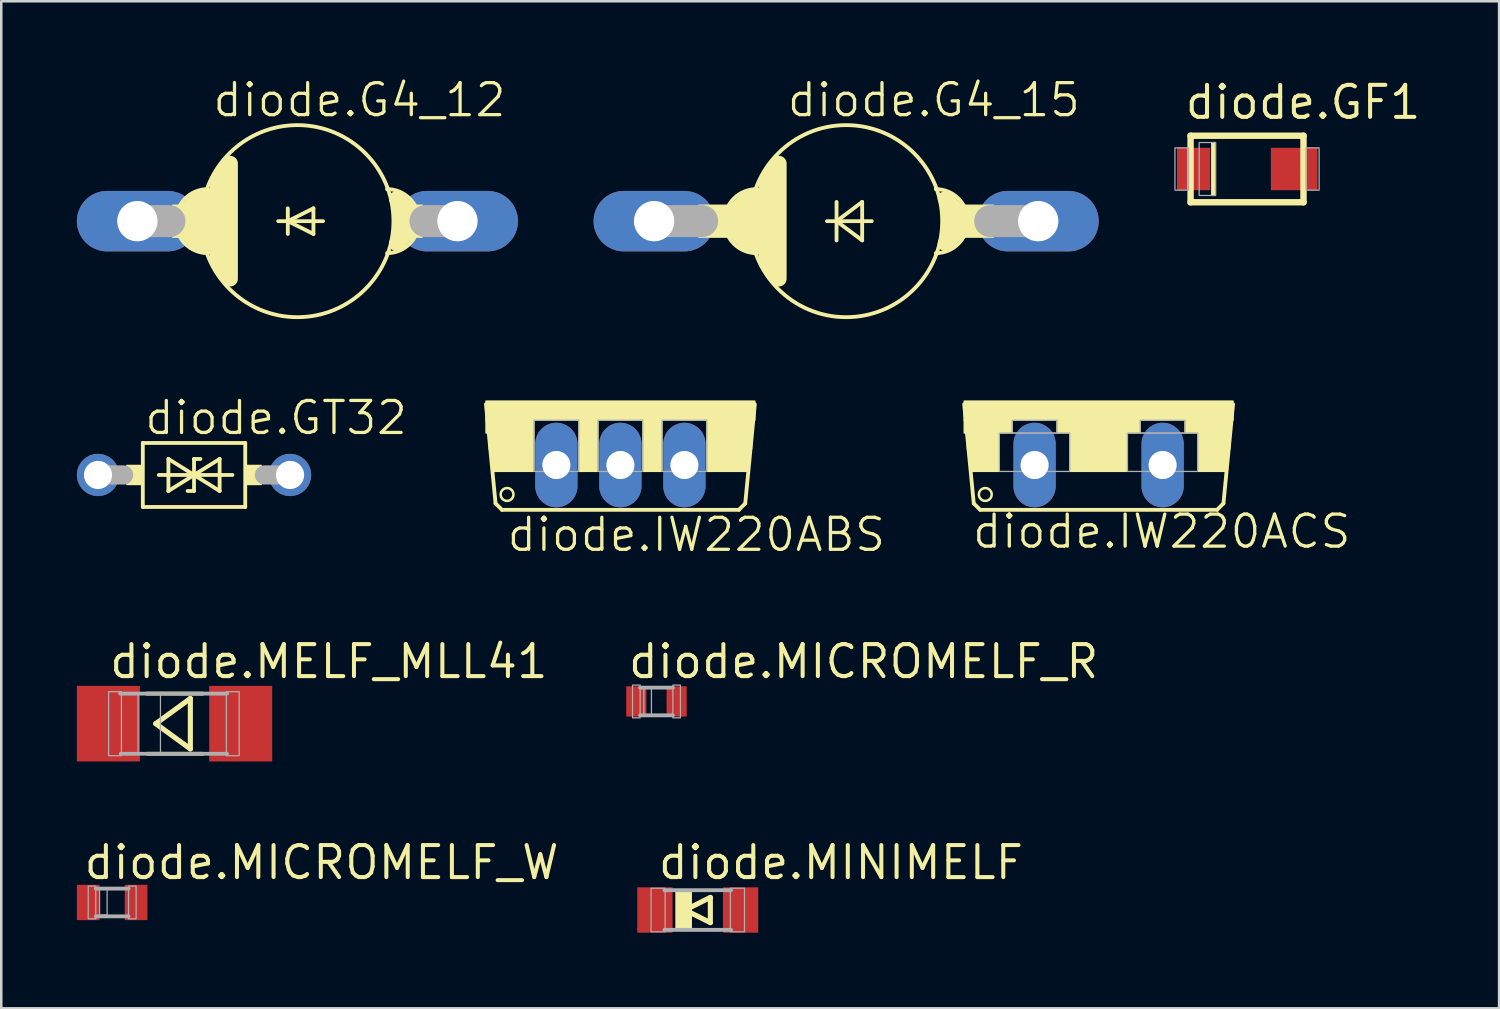
<source format=kicad_pcb>
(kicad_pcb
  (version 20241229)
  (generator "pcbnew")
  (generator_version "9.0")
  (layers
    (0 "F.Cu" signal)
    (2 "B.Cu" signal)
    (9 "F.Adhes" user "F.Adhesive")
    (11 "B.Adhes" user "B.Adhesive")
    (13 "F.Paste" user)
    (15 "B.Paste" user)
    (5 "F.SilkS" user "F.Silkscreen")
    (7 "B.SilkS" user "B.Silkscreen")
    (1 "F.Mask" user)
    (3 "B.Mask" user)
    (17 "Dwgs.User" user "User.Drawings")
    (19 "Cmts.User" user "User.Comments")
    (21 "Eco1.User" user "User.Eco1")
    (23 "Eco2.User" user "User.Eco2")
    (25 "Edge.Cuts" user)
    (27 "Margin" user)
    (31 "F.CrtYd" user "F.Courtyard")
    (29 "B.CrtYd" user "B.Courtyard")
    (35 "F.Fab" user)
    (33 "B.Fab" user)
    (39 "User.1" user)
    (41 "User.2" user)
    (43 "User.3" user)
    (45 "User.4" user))
  (footprint "diode.G4_15"
    (layer "F.Cu")
    (at 30.521 5.724)
    (property "Reference" "diode.G4_15" (at -2.413 -4.064 0) (layer "F.SilkS") (effects (font (size 1.27 1.27) (thickness 0.13)) (justify left bottom)))
    (attr through_hole)
    (fp_line (start -4.318 -0.508) (end -3.937 -0.889) (stroke (width 0.61) (type default)) (layer "F.SilkS"))
    (fp_line (start -4.318 0.508) (end -3.937 0.889) (stroke (width 0.61) (type default)) (layer "F.SilkS"))
    (fp_line (start -3.556 -1.016) (end -3.556 1.016) (stroke (width 0.61) (type default)) (layer "F.SilkS"))
    (fp_line (start -3.175 -1.524) (end -3.175 1.524) (stroke (width 0.61) (type default)) (layer "F.SilkS"))
    (fp_line (start -3.175 1.524) (end -2.921 2.032) (stroke (width 0.61) (type default)) (layer "F.SilkS"))
    (fp_line (start -2.921 -2.032) (end -3.175 -1.524) (stroke (width 0.61) (type default)) (layer "F.SilkS"))
    (fp_line (start -2.667 2.286) (end -2.667 -2.286) (stroke (width 0.61) (type default)) (layer "F.SilkS"))
    (fp_line (start -0.762 0) (end -0.381 0) (stroke (width 0.152) (type default)) (layer "F.SilkS"))
    (fp_line (start -0.381 -0.762) (end -0.381 0) (stroke (width 0.152) (type default)) (layer "F.SilkS"))
    (fp_line (start -0.381 0) (end -0.381 0.762) (stroke (width 0.152) (type default)) (layer "F.SilkS"))
    (fp_line (start -0.381 0) (end 0.635 -0.762) (stroke (width 0.152) (type default)) (layer "F.SilkS"))
    (fp_line (start -0.381 0) (end 1.016 0) (stroke (width 0.152) (type default)) (layer "F.SilkS"))
    (fp_line (start 0.635 -0.762) (end 0.635 0.762) (stroke (width 0.152) (type default)) (layer "F.SilkS"))
    (fp_line (start 0.635 0.762) (end -0.381 0) (stroke (width 0.152) (type default)) (layer "F.SilkS"))
    (fp_line (start 3.937 -0.889) (end 4.318 -0.508) (stroke (width 0.61) (type default)) (layer "F.SilkS"))
    (fp_line (start 4.318 0.508) (end 3.937 0.889) (stroke (width 0.61) (type default)) (layer "F.SilkS"))
    (fp_rect (start -5.842 0.635) (end -3.81 -0.635) (stroke (width 0.05) (type default)) (fill yes) (layer "F.SilkS"))
    (fp_rect (start 3.81 0.635) (end 5.842 -0.635) (stroke (width 0.05) (type default)) (fill yes) (layer "F.SilkS"))
    (fp_arc (start -3.556 1.27) (mid -4.826 0) (end -3.556 -1.27) (stroke (width 0.1524) (type default)) (layer "F.SilkS"))
    (fp_arc (start 3.556 -1.27) (mid 4.826 0) (end 3.556 1.27) (stroke (width 0.1524) (type default)) (layer "F.SilkS"))
    (fp_circle (center 0 0) (end 3.81 0) (stroke (width 0.152) (type default)) (fill no) (layer "F.SilkS"))
    (fp_line (start -7.62 0) (end -5.715 0) (stroke (width 1.27) (type default)) (layer "F.Fab"))
    (fp_line (start 7.62 0) (end 5.715 0) (stroke (width 1.27) (type default)) (layer "F.Fab"))
    (pad "A" thru_hole oval (at 7.62 0) (size 4.801 2.4) (drill 1.6) (layers "*.Cu" "*.Mask"))
    (pad "C" thru_hole oval (at -7.62 0) (size 4.801 2.4) (drill 1.6) (layers "*.Cu" "*.Mask")))
  (footprint "diode.GF1"
    (layer "F.Cu")
    (at 46.426 3.655)
    (property "Reference" "diode.GF1" (at -2.54 -1.905 0) (layer "F.SilkS") (effects (font (size 1.27 1.27) (thickness 0.16)) (justify left bottom)))
    (attr smd)
    (fp_line (start -2.24 -1.32) (end 2.24 -1.32) (stroke (width 0.254) (type default)) (layer "F.SilkS"))
    (fp_line (start -2.24 1.32) (end -2.24 -1.32) (stroke (width 0.254) (type default)) (layer "F.SilkS"))
    (fp_line (start 2.24 -1.32) (end 2.24 1.32) (stroke (width 0.254) (type default)) (layer "F.SilkS"))
    (fp_line (start 2.24 1.32) (end -2.24 1.32) (stroke (width 0.254) (type default)) (layer "F.SilkS"))
    (fp_rect (start -1.4 1.05) (end -1.25 -1.05) (stroke (width 0.05) (type default)) (fill yes) (layer "F.SilkS"))
    (fp_rect (start -2.86 0.84) (end -2.32 -0.84) (stroke (width 0.05) (type default)) (fill no) (layer "F.Fab"))
    (fp_rect (start -1.9 1.05) (end -1.25 -1.05) (stroke (width 0.05) (type default)) (fill no) (layer "F.Fab"))
    (fp_rect (start 2.34 0.84) (end 2.86 -0.84) (stroke (width 0.05) (type default)) (fill no) (layer "F.Fab"))
    (pad "A" smd roundrect (at 1.87 0) (size 1.85 1.68) (layers "F.Cu" "F.Mask" "F.Paste") (roundrect_rratio 0.01))
    (pad "C" smd roundrect (at -2.12 0) (size 1.32 1.68) (layers "F.Cu" "F.Mask" "F.Paste") (roundrect_rratio 0.01)))
  (footprint "diode.MELF_MLL41"
    (layer "F.Cu")
    (at 3.875 25.662)
    (property "Reference" "diode.MELF_MLL41" (at -2.663 -1.724 0) (layer "F.SilkS") (effects (font (size 1.27 1.27) (thickness 0.16)) (justify left bottom)))
    (attr smd)
    (fp_line (start -0.746 0) (end 0.627 1) (stroke (width 0.203) (type default)) (layer "F.SilkS"))
    (fp_line (start 0.627 -1) (end -0.746 0) (stroke (width 0.203) (type default)) (layer "F.SilkS"))
    (fp_line (start 0.627 1) (end 0.627 -1) (stroke (width 0.203) (type default)) (layer "F.SilkS"))
    (fp_line (start 1.121 -1.194) (end -1.097 -1.194) (stroke (width 0.152) (type default)) (layer "F.SilkS"))
    (fp_line (start 1.121 1.194) (end -1.072 1.194) (stroke (width 0.152) (type default)) (layer "F.SilkS"))
    (fp_line (start 2.083 -1.194) (end -2.159 -1.194) (stroke (width 0.152) (type default)) (layer "F.Fab"))
    (fp_line (start 2.083 1.194) (end -2.134 1.194) (stroke (width 0.152) (type default)) (layer "F.Fab"))
    (fp_rect (start -2.616 1.27) (end -2.108 -1.27) (stroke (width 0.05) (type default)) (fill no) (layer "F.Fab"))
    (fp_rect (start -1.448 1.194) (end -0.559 -1.194) (stroke (width 0.05) (type default)) (fill no) (layer "F.Fab"))
    (fp_rect (start 2.057 1.27) (end 2.565 -1.27) (stroke (width 0.05) (type default)) (fill no) (layer "F.Fab"))
    (pad "A" smd roundrect (at 2.625 0) (size 2.5 3) (layers "F.Cu" "F.Mask" "F.Paste") (roundrect_rratio 0.01))
    (pad "C" smd roundrect (at -2.625 0) (size 2.5 3) (layers "F.Cu" "F.Mask" "F.Paste") (roundrect_rratio 0.01)))
  (footprint "diode.G4_12"
    (layer "F.Cu")
    (at 8.75 5.724)
    (property "Reference" "diode.G4_12" (at -3.429 -4.064 0) (layer "F.SilkS") (effects (font (size 1.27 1.27) (thickness 0.13)) (justify left bottom)))
    (attr through_hole)
    (fp_line (start -4.318 -0.508) (end -3.937 -0.889) (stroke (width 0.61) (type default)) (layer "F.SilkS"))
    (fp_line (start -4.318 0.508) (end -3.937 0.889) (stroke (width 0.61) (type default)) (layer "F.SilkS"))
    (fp_line (start -3.556 -1.016) (end -3.556 1.016) (stroke (width 0.61) (type default)) (layer "F.SilkS"))
    (fp_line (start -3.175 -1.524) (end -3.175 1.524) (stroke (width 0.61) (type default)) (layer "F.SilkS"))
    (fp_line (start -3.175 1.524) (end -2.921 2.032) (stroke (width 0.61) (type default)) (layer "F.SilkS"))
    (fp_line (start -2.921 -2.032) (end -3.175 -1.524) (stroke (width 0.61) (type default)) (layer "F.SilkS"))
    (fp_line (start -2.667 2.286) (end -2.667 -2.286) (stroke (width 0.61) (type default)) (layer "F.SilkS"))
    (fp_line (start -0.762 0) (end -0.381 0) (stroke (width 0.152) (type default)) (layer "F.SilkS"))
    (fp_line (start -0.381 -0.508) (end -0.381 0) (stroke (width 0.152) (type default)) (layer "F.SilkS"))
    (fp_line (start -0.381 0) (end -0.381 0.508) (stroke (width 0.152) (type default)) (layer "F.SilkS"))
    (fp_line (start -0.381 0) (end 0.635 -0.508) (stroke (width 0.152) (type default)) (layer "F.SilkS"))
    (fp_line (start -0.381 0) (end 1.016 0) (stroke (width 0.152) (type default)) (layer "F.SilkS"))
    (fp_line (start 0.635 -0.508) (end 0.635 0.508) (stroke (width 0.152) (type default)) (layer "F.SilkS"))
    (fp_line (start 0.635 0.508) (end -0.381 0) (stroke (width 0.152) (type default)) (layer "F.SilkS"))
    (fp_line (start 3.937 -0.889) (end 4.318 -0.508) (stroke (width 0.61) (type default)) (layer "F.SilkS"))
    (fp_line (start 4.318 0.508) (end 3.937 0.889) (stroke (width 0.61) (type default)) (layer "F.SilkS"))
    (fp_rect (start -4.953 0.635) (end -3.81 -0.635) (stroke (width 0.05) (type default)) (fill yes) (layer "F.SilkS"))
    (fp_rect (start 3.81 0.635) (end 4.953 -0.635) (stroke (width 0.05) (type default)) (fill yes) (layer "F.SilkS"))
    (fp_arc (start -3.556 1.27) (mid -4.826 0) (end -3.556 -1.27) (stroke (width 0.1524) (type default)) (layer "F.SilkS"))
    (fp_arc (start 3.556 -1.27) (mid 4.826 0) (end 3.556 1.27) (stroke (width 0.1524) (type default)) (layer "F.SilkS"))
    (fp_circle (center 0 0) (end 3.81 0) (stroke (width 0.152) (type default)) (fill no) (layer "F.SilkS"))
    (fp_line (start -6.35 0) (end -5.08 0) (stroke (width 1.27) (type default)) (layer "F.Fab"))
    (fp_line (start 6.35 0) (end 5.08 0) (stroke (width 1.27) (type default)) (layer "F.Fab"))
    (pad "A" thru_hole oval (at 6.35 0) (size 4.801 2.4) (drill 1.6) (layers "*.Cu" "*.Mask"))
    (pad "C" thru_hole oval (at -6.35 0) (size 4.801 2.4) (drill 1.6) (layers "*.Cu" "*.Mask")))
  (footprint "diode.MICROMELF_W"
    (layer "F.Cu")
    (at 1.4 32.755)
    (property "Reference" "diode.MICROMELF_W" (at -1.201 -0.843 0) (layer "F.SilkS") (effects (font (size 1.27 1.27) (thickness 0.16)) (justify left bottom)))
    (attr smd)
    (fp_line (start -0.65 -0.55) (end 0.65 -0.55) (stroke (width 0.152) (type default)) (layer "F.Fab"))
    (fp_line (start -0.65 0.55) (end 0.65 0.55) (stroke (width 0.152) (type default)) (layer "F.Fab"))
    (fp_rect (start -0.95 0.65) (end -0.65 -0.65) (stroke (width 0.05) (type default)) (fill no) (layer "F.Fab"))
    (fp_rect (start -0.5 0.5) (end -0.2 -0.55) (stroke (width 0.05) (type default)) (fill no) (layer "F.Fab"))
    (fp_rect (start 0.65 0.65) (end 0.95 -0.65) (stroke (width 0.05) (type default)) (fill no) (layer "F.Fab"))
    (pad "A" smd roundrect (at 0.95 0) (size 0.9 1.4) (layers "F.Cu" "F.Mask" "F.Paste") (roundrect_rratio 0.01))
    (pad "C" smd roundrect (at -0.95 0) (size 0.9 1.4) (layers "F.Cu" "F.Mask" "F.Paste") (roundrect_rratio 0.01)))
  (footprint "diode.MICROMELF_R"
    (layer "F.Cu")
    (at 22.996 24.781)
    (property "Reference" "diode.MICROMELF_R" (at -1.201 -0.843 0) (layer "F.SilkS") (effects (font (size 1.27 1.27) (thickness 0.16)) (justify left bottom)))
    (attr smd)
    (fp_line (start -0.65 -0.55) (end 0.65 -0.55) (stroke (width 0.152) (type default)) (layer "F.Fab"))
    (fp_line (start -0.65 0.55) (end 0.65 0.55) (stroke (width 0.152) (type default)) (layer "F.Fab"))
    (fp_rect (start -0.95 0.65) (end -0.65 -0.65) (stroke (width 0.05) (type default)) (fill no) (layer "F.Fab"))
    (fp_rect (start -0.5 0.55) (end -0.2 -0.55) (stroke (width 0.05) (type default)) (fill no) (layer "F.Fab"))
    (fp_rect (start 0.65 0.65) (end 0.95 -0.65) (stroke (width 0.05) (type default)) (fill no) (layer "F.Fab"))
    (pad "A" smd roundrect (at 0.8 0) (size 0.8 1.2) (layers "F.Cu" "F.Mask" "F.Paste") (roundrect_rratio 0.01))
    (pad "C" smd roundrect (at -0.8 0) (size 0.8 1.2) (layers "F.Cu" "F.Mask" "F.Paste") (roundrect_rratio 0.01)))
  (footprint "diode.MINIMELF"
    (layer "F.Cu")
    (at 24.633 33.055)
    (property "Reference" "diode.MINIMELF" (at -1.651 -1.143 0) (layer "F.SilkS") (effects (font (size 1.27 1.27) (thickness 0.16)) (justify left bottom)))
    (attr smd)
    (fp_line (start -0.5 0) (end 0.5 0.5) (stroke (width 0.203) (type default)) (layer "F.SilkS"))
    (fp_line (start 0.5 -0.5) (end -0.5 0) (stroke (width 0.203) (type default)) (layer "F.SilkS"))
    (fp_line (start 0.5 0.5) (end 0.5 -0.5) (stroke (width 0.203) (type default)) (layer "F.SilkS"))
    (fp_rect (start -0.864 0.787) (end -0.254 -0.787) (stroke (width 0.05) (type default)) (fill yes) (layer "F.SilkS"))
    (fp_line (start 1.321 -0.787) (end -1.321 -0.787) (stroke (width 0.152) (type default)) (layer "F.Fab"))
    (fp_line (start 1.321 0.787) (end -1.321 0.787) (stroke (width 0.152) (type default)) (layer "F.Fab"))
    (fp_rect (start -1.854 0.864) (end -1.295 -0.864) (stroke (width 0.05) (type default)) (fill no) (layer "F.Fab"))
    (fp_rect (start 1.295 0.864) (end 1.854 -0.864) (stroke (width 0.05) (type default)) (fill no) (layer "F.Fab"))
    (pad "A" smd roundrect (at 1.7 0) (size 1.4 1.8) (layers "F.Cu" "F.Mask" "F.Paste") (roundrect_rratio 0.01))
    (pad "C" smd roundrect (at -1.7 0) (size 1.4 1.8) (layers "F.Cu" "F.Mask" "F.Paste") (roundrect_rratio 0.01)))
  (footprint "diode.IW220ABS"
    (layer "F.Cu")
    (at 21.564 12.86)
    (property "Reference" "diode.IW220ABS" (at -4.572 6.045 0) (layer "F.SilkS") (effects (font (size 1.27 1.27) (thickness 0.13)) (justify left bottom)))
    (attr through_hole)
    (fp_line (start -4.953 4.064) (end -5.334 0.127) (stroke (width 0.152) (type default)) (layer "F.SilkS"))
    (fp_line (start -4.953 4.064) (end -4.699 4.318) (stroke (width 0.152) (type default)) (layer "F.SilkS"))
    (fp_line (start 4.699 4.318) (end -4.699 4.318) (stroke (width 0.152) (type default)) (layer "F.SilkS"))
    (fp_line (start 4.699 4.318) (end 4.953 4.064) (stroke (width 0.152) (type default)) (layer "F.SilkS"))
    (fp_line (start 5.334 0.127) (end 4.953 4.064) (stroke (width 0.152) (type default)) (layer "F.SilkS"))
    (fp_rect (start -5.334 0.762) (end 5.334 0) (stroke (width 0.05) (type default)) (fill yes) (layer "F.SilkS"))
    (fp_rect (start -5.334 1.27) (end -3.429 0.762) (stroke (width 0.05) (type default)) (fill yes) (layer "F.SilkS"))
    (fp_rect (start -5.207 1.905) (end -5.08 1.27) (stroke (width 0.05) (type default)) (fill yes) (layer "F.SilkS"))
    (fp_rect (start -5.08 2.794) (end -3.429 1.27) (stroke (width 0.05) (type default)) (fill yes) (layer "F.SilkS"))
    (fp_rect (start -1.651 2.794) (end -0.889 0.762) (stroke (width 0.05) (type default)) (fill yes) (layer "F.SilkS"))
    (fp_rect (start 0.889 2.794) (end 1.651 0.762) (stroke (width 0.05) (type default)) (fill yes) (layer "F.SilkS"))
    (fp_rect (start 3.429 1.27) (end 5.207 0.762) (stroke (width 0.05) (type default)) (fill yes) (layer "F.SilkS"))
    (fp_rect (start 3.429 2.794) (end 5.08 1.27) (stroke (width 0.05) (type default)) (fill yes) (layer "F.SilkS"))
    (fp_rect (start 5.08 1.905) (end 5.207 1.27) (stroke (width 0.05) (type default)) (fill yes) (layer "F.SilkS"))
    (fp_circle (center -4.496 3.708) (end -4.242 3.708) (stroke (width 0.1) (type default)) (fill no) (layer "F.SilkS"))
    (fp_rect (start -3.429 2.794) (end -1.651 0.762) (stroke (width 0.05) (type default)) (fill no) (layer "F.Fab"))
    (fp_rect (start -0.889 2.794) (end 0.889 0.762) (stroke (width 0.05) (type default)) (fill no) (layer "F.Fab"))
    (fp_rect (start 1.651 2.794) (end 3.429 0.762) (stroke (width 0.05) (type default)) (fill no) (layer "F.Fab"))
    (pad "A1" thru_hole oval (at -2.54 2.54 90) (size 3.353 1.676) (drill 1.118) (layers "*.Cu" "*.Mask"))
    (pad "A2" thru_hole oval (at 2.54 2.54 90) (size 3.353 1.676) (drill 1.118) (layers "*.Cu" "*.Mask"))
    (pad "C" thru_hole oval (at 0 2.54 90) (size 3.353 1.676) (drill 1.118) (layers "*.Cu" "*.Mask")))
  (footprint "diode.GT32"
    (layer "F.Cu")
    (at 4.648 15.794)
    (property "Reference" "diode.GT32" (at -2.032 -1.524 0) (layer "F.SilkS") (effects (font (size 1.27 1.27) (thickness 0.13)) (justify left bottom)))
    (attr through_hole)
    (fp_line (start -2.032 -1.27) (end -2.032 1.27) (stroke (width 0.152) (type default)) (layer "F.SilkS"))
    (fp_line (start -2.032 -1.27) (end 2.032 -1.27) (stroke (width 0.152) (type default)) (layer "F.SilkS"))
    (fp_line (start -1.016 -0.635) (end 0 0) (stroke (width 0.152) (type default)) (layer "F.SilkS"))
    (fp_line (start -1.016 0.635) (end -1.016 -0.635) (stroke (width 0.152) (type default)) (layer "F.SilkS"))
    (fp_line (start -0.254 0.635) (end 0 0.635) (stroke (width 0.152) (type default)) (layer "F.SilkS"))
    (fp_line (start 0 -0.635) (end 0 0) (stroke (width 0.152) (type default)) (layer "F.SilkS"))
    (fp_line (start 0 0) (end -1.397 0) (stroke (width 0.152) (type default)) (layer "F.SilkS"))
    (fp_line (start 0 0) (end -1.016 0.635) (stroke (width 0.152) (type default)) (layer "F.SilkS"))
    (fp_line (start 0 0) (end 1.016 -0.635) (stroke (width 0.152) (type default)) (layer "F.SilkS"))
    (fp_line (start 0 0) (end 1.524 0) (stroke (width 0.152) (type default)) (layer "F.SilkS"))
    (fp_line (start 0 0.635) (end 0 0) (stroke (width 0.152) (type default)) (layer "F.SilkS"))
    (fp_line (start 0.254 -0.635) (end 0 -0.635) (stroke (width 0.152) (type default)) (layer "F.SilkS"))
    (fp_line (start 1.016 -0.635) (end 1.016 0.635) (stroke (width 0.152) (type default)) (layer "F.SilkS"))
    (fp_line (start 1.016 0.635) (end 0 0) (stroke (width 0.152) (type default)) (layer "F.SilkS"))
    (fp_line (start 2.032 1.27) (end -2.032 1.27) (stroke (width 0.152) (type default)) (layer "F.SilkS"))
    (fp_line (start 2.032 1.27) (end 2.032 -1.27) (stroke (width 0.152) (type default)) (layer "F.SilkS"))
    (fp_rect (start -2.667 0.381) (end -2.032 -0.381) (stroke (width 0.05) (type default)) (fill yes) (layer "F.SilkS"))
    (fp_rect (start 2.032 0.381) (end 2.667 -0.381) (stroke (width 0.05) (type default)) (fill yes) (layer "F.SilkS"))
    (fp_line (start -3.81 0) (end -2.794 0) (stroke (width 0.762) (type default)) (layer "F.Fab"))
    (fp_line (start 3.81 0) (end 2.794 0) (stroke (width 0.762) (type default)) (layer "F.Fab"))
    (pad "1" thru_hole circle (at -3.81 0) (size 1.676 1.676) (drill 1.118) (layers "*.Cu" "*.Mask"))
    (pad "2" thru_hole circle (at 3.81 0) (size 1.676 1.676) (drill 1.118) (layers "*.Cu" "*.Mask")))
  (footprint "diode.IW220ACS"
    (layer "F.Cu")
    (at 40.537 12.86)
    (property "Reference" "diode.IW220ACS" (at -5.08 5.918 0) (layer "F.SilkS") (effects (font (size 1.27 1.27) (thickness 0.13)) (justify left bottom)))
    (attr through_hole)
    (fp_line (start -4.953 4.064) (end -5.334 0.127) (stroke (width 0.152) (type default)) (layer "F.SilkS"))
    (fp_line (start -4.953 4.064) (end -4.699 4.318) (stroke (width 0.152) (type default)) (layer "F.SilkS"))
    (fp_line (start 4.699 4.318) (end -4.699 4.318) (stroke (width 0.152) (type default)) (layer "F.SilkS"))
    (fp_line (start 4.699 4.318) (end 4.953 4.064) (stroke (width 0.152) (type default)) (layer "F.SilkS"))
    (fp_line (start 5.334 0.127) (end 4.953 4.064) (stroke (width 0.152) (type default)) (layer "F.SilkS"))
    (fp_rect (start -5.334 0.762) (end 5.334 0) (stroke (width 0.05) (type default)) (fill yes) (layer "F.SilkS"))
    (fp_rect (start -5.334 1.27) (end -3.429 0.762) (stroke (width 0.05) (type default)) (fill yes) (layer "F.SilkS"))
    (fp_rect (start -5.207 1.905) (end -5.08 1.27) (stroke (width 0.05) (type default)) (fill yes) (layer "F.SilkS"))
    (fp_rect (start -5.08 2.794) (end -3.937 1.27) (stroke (width 0.05) (type default)) (fill yes) (layer "F.SilkS"))
    (fp_rect (start -1.651 1.27) (end 1.651 0.762) (stroke (width 0.05) (type default)) (fill yes) (layer "F.SilkS"))
    (fp_rect (start -1.143 2.794) (end 1.143 1.27) (stroke (width 0.05) (type default)) (fill yes) (layer "F.SilkS"))
    (fp_rect (start 3.429 1.27) (end 5.207 0.762) (stroke (width 0.05) (type default)) (fill yes) (layer "F.SilkS"))
    (fp_rect (start 3.937 2.794) (end 5.08 1.27) (stroke (width 0.05) (type default)) (fill yes) (layer "F.SilkS"))
    (fp_rect (start 5.08 1.905) (end 5.207 1.27) (stroke (width 0.05) (type default)) (fill yes) (layer "F.SilkS"))
    (fp_circle (center -4.496 3.708) (end -4.242 3.708) (stroke (width 0.1) (type default)) (fill no) (layer "F.SilkS"))
    (fp_rect (start -3.937 2.794) (end -1.143 1.27) (stroke (width 0.05) (type default)) (fill no) (layer "F.Fab"))
    (fp_rect (start -3.429 1.27) (end -1.651 0.762) (stroke (width 0.05) (type default)) (fill no) (layer "F.Fab"))
    (fp_rect (start 1.143 2.794) (end 3.937 1.27) (stroke (width 0.05) (type default)) (fill no) (layer "F.Fab"))
    (fp_rect (start 1.651 1.27) (end 3.429 0.762) (stroke (width 0.05) (type default)) (fill no) (layer "F.Fab"))
    (pad "A" thru_hole oval (at 2.54 2.54 90) (size 3.353 1.676) (drill 1.118) (layers "*.Cu" "*.Mask"))
    (pad "C" thru_hole oval (at -2.54 2.54 90) (size 3.353 1.676) (drill 1.118) (layers "*.Cu" "*.Mask")))
  (gr_rect
    (start -3 -3)
    (end 56.426 36.955)
    (stroke (width 0.1) (type default))
    (fill no)
    (layer "Edge.Cuts")))
</source>
